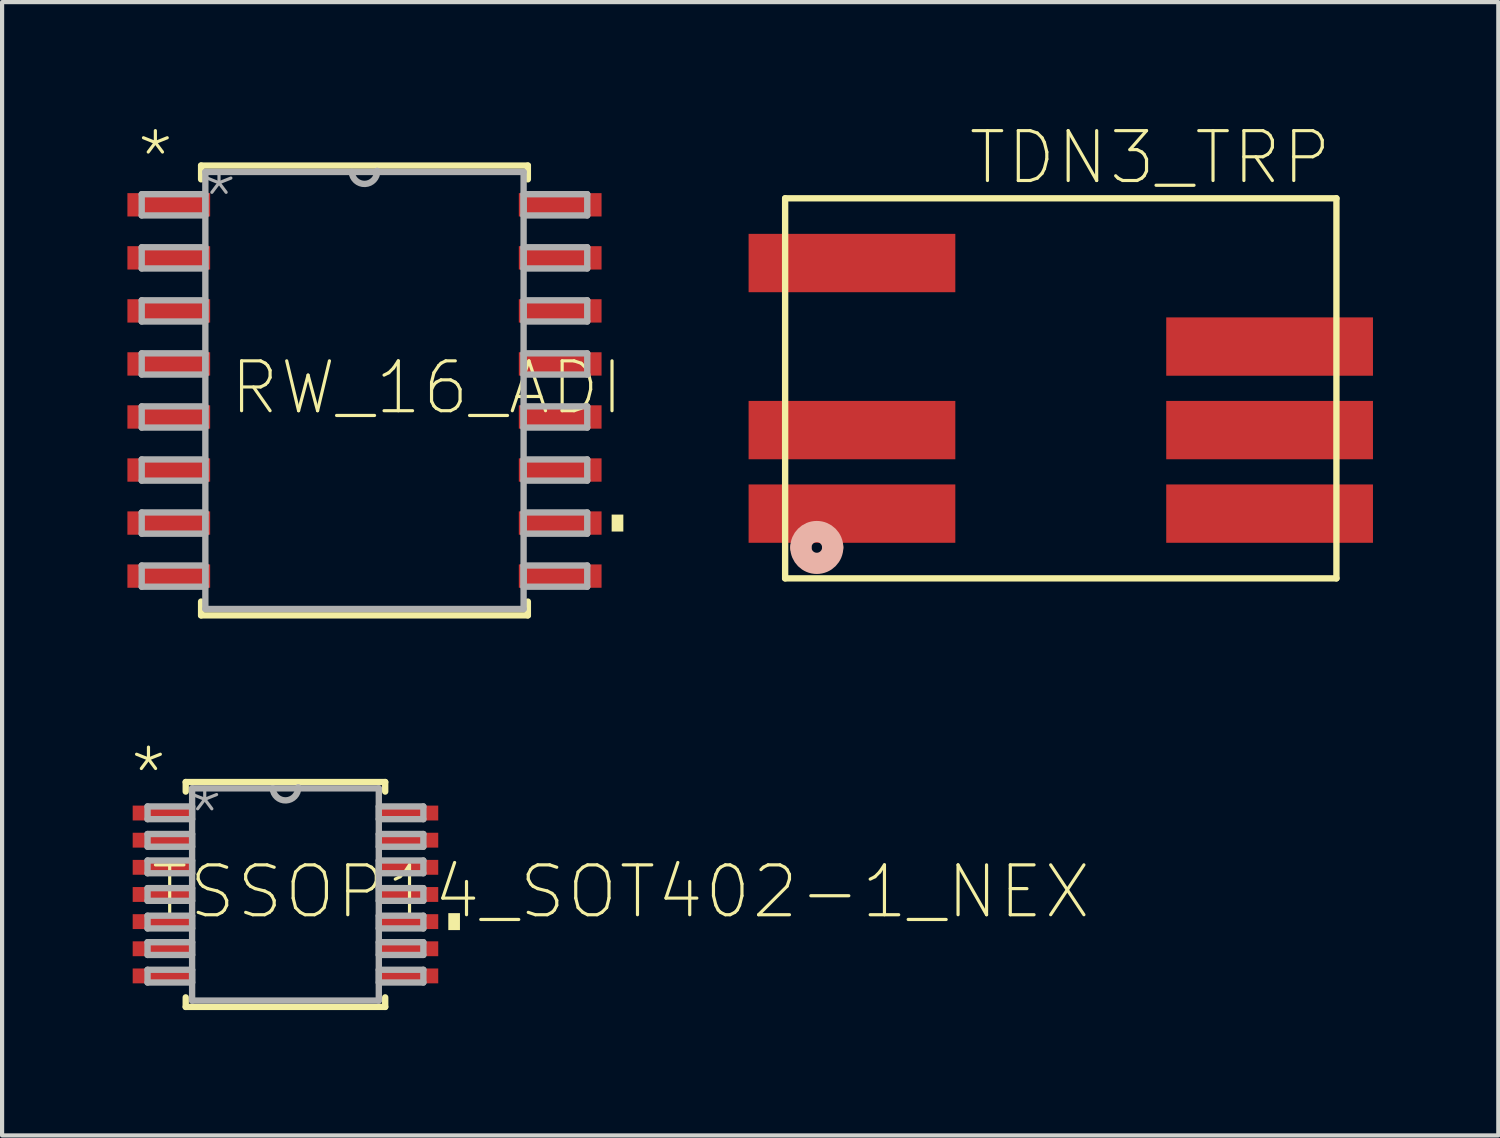
<source format=kicad_pcb>
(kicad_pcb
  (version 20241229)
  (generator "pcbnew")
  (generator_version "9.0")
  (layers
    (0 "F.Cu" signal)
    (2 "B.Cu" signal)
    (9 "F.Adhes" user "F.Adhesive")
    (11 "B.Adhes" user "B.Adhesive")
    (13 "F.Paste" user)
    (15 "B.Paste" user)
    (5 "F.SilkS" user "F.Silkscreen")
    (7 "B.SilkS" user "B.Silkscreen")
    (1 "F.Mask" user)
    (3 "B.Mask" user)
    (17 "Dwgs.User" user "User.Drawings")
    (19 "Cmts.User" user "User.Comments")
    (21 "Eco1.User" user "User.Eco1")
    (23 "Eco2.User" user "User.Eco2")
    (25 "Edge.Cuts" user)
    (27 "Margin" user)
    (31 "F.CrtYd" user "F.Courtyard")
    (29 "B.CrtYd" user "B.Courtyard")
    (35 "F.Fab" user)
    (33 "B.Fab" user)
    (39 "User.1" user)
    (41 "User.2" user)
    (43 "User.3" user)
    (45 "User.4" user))
  (footprint "RW_16_ADI"
    (layer "F.Cu")
    (at 5.677 6.299)
    (property "Reference" "RW_16_ADI" (at -3.277 0.635 0) (layer "F.SilkS") (effects (font (size 1.194 1.194) (thickness 0.076)) (justify left bottom)))
    (fp_line (start -3.912 -5.385) (end -3.912 -5.055) (stroke (width 0.152) (type solid)) (layer "F.SilkS"))
    (fp_line (start -3.912 5.055) (end -3.912 5.385) (stroke (width 0.152) (type solid)) (layer "F.SilkS"))
    (fp_line (start -3.912 5.385) (end 3.912 5.385) (stroke (width 0.152) (type solid)) (layer "F.SilkS"))
    (fp_line (start 3.912 -5.385) (end -3.912 -5.385) (stroke (width 0.152) (type solid)) (layer "F.SilkS"))
    (fp_line (start 3.912 -5.055) (end 3.912 -5.385) (stroke (width 0.152) (type solid)) (layer "F.SilkS"))
    (fp_line (start 3.912 5.385) (end 3.912 5.055) (stroke (width 0.152) (type solid)) (layer "F.SilkS"))
    (fp_poly (pts (xy 6.198 3.378) (xy 5.918 3.378) (xy 5.918 2.972) (xy 6.198 2.972)) (stroke (width 0) (type default)) (fill yes) (layer "F.SilkS"))
    (fp_line (start -5.334 -4.699) (end -5.334 -4.191) (stroke (width 0.152) (type solid)) (layer "F.Fab"))
    (fp_line (start -5.334 -4.191) (end -3.81 -4.191) (stroke (width 0.152) (type solid)) (layer "F.Fab"))
    (fp_line (start -5.334 -3.429) (end -5.334 -2.921) (stroke (width 0.152) (type solid)) (layer "F.Fab"))
    (fp_line (start -5.334 -2.921) (end -3.81 -2.921) (stroke (width 0.152) (type solid)) (layer "F.Fab"))
    (fp_line (start -5.334 -2.159) (end -5.334 -1.651) (stroke (width 0.152) (type solid)) (layer "F.Fab"))
    (fp_line (start -5.334 -1.651) (end -3.81 -1.651) (stroke (width 0.152) (type solid)) (layer "F.Fab"))
    (fp_line (start -5.334 -0.889) (end -5.334 -0.381) (stroke (width 0.152) (type solid)) (layer "F.Fab"))
    (fp_line (start -5.334 -0.381) (end -3.81 -0.381) (stroke (width 0.152) (type solid)) (layer "F.Fab"))
    (fp_line (start -5.334 0.381) (end -5.334 0.889) (stroke (width 0.152) (type solid)) (layer "F.Fab"))
    (fp_line (start -5.334 0.889) (end -3.81 0.889) (stroke (width 0.152) (type solid)) (layer "F.Fab"))
    (fp_line (start -5.334 1.651) (end -5.334 2.159) (stroke (width 0.152) (type solid)) (layer "F.Fab"))
    (fp_line (start -5.334 2.159) (end -3.81 2.159) (stroke (width 0.152) (type solid)) (layer "F.Fab"))
    (fp_line (start -5.334 2.921) (end -5.334 3.429) (stroke (width 0.152) (type solid)) (layer "F.Fab"))
    (fp_line (start -5.334 3.429) (end -3.81 3.429) (stroke (width 0.152) (type solid)) (layer "F.Fab"))
    (fp_line (start -5.334 4.191) (end -5.334 4.699) (stroke (width 0.152) (type solid)) (layer "F.Fab"))
    (fp_line (start -5.334 4.699) (end -3.81 4.699) (stroke (width 0.152) (type solid)) (layer "F.Fab"))
    (fp_line (start -3.81 -5.232) (end -3.81 5.232) (stroke (width 0.152) (type solid)) (layer "F.Fab"))
    (fp_line (start -3.81 -4.699) (end -5.334 -4.699) (stroke (width 0.152) (type solid)) (layer "F.Fab"))
    (fp_line (start -3.81 -4.191) (end -3.81 -4.699) (stroke (width 0.152) (type solid)) (layer "F.Fab"))
    (fp_line (start -3.81 -3.429) (end -5.334 -3.429) (stroke (width 0.152) (type solid)) (layer "F.Fab"))
    (fp_line (start -3.81 -2.921) (end -3.81 -3.429) (stroke (width 0.152) (type solid)) (layer "F.Fab"))
    (fp_line (start -3.81 -2.159) (end -5.334 -2.159) (stroke (width 0.152) (type solid)) (layer "F.Fab"))
    (fp_line (start -3.81 -1.651) (end -3.81 -2.159) (stroke (width 0.152) (type solid)) (layer "F.Fab"))
    (fp_line (start -3.81 -0.889) (end -5.334 -0.889) (stroke (width 0.152) (type solid)) (layer "F.Fab"))
    (fp_line (start -3.81 -0.381) (end -3.81 -0.889) (stroke (width 0.152) (type solid)) (layer "F.Fab"))
    (fp_line (start -3.81 0.381) (end -5.334 0.381) (stroke (width 0.152) (type solid)) (layer "F.Fab"))
    (fp_line (start -3.81 0.889) (end -3.81 0.381) (stroke (width 0.152) (type solid)) (layer "F.Fab"))
    (fp_line (start -3.81 1.651) (end -5.334 1.651) (stroke (width 0.152) (type solid)) (layer "F.Fab"))
    (fp_line (start -3.81 2.159) (end -3.81 1.651) (stroke (width 0.152) (type solid)) (layer "F.Fab"))
    (fp_line (start -3.81 2.921) (end -5.334 2.921) (stroke (width 0.152) (type solid)) (layer "F.Fab"))
    (fp_line (start -3.81 3.429) (end -3.81 2.921) (stroke (width 0.152) (type solid)) (layer "F.Fab"))
    (fp_line (start -3.81 4.191) (end -5.334 4.191) (stroke (width 0.152) (type solid)) (layer "F.Fab"))
    (fp_line (start -3.81 4.699) (end -3.81 4.191) (stroke (width 0.152) (type solid)) (layer "F.Fab"))
    (fp_line (start -3.81 5.232) (end 3.81 5.232) (stroke (width 0.152) (type solid)) (layer "F.Fab"))
    (fp_line (start -0.305 -5.232) (end -3.81 -5.232) (stroke (width 0.152) (type solid)) (layer "F.Fab"))
    (fp_line (start 3.81 -5.232) (end -0.305 -5.232) (stroke (width 0.152) (type solid)) (layer "F.Fab"))
    (fp_line (start 3.81 -4.699) (end 3.81 -4.191) (stroke (width 0.152) (type solid)) (layer "F.Fab"))
    (fp_line (start 3.81 -4.191) (end 5.334 -4.191) (stroke (width 0.152) (type solid)) (layer "F.Fab"))
    (fp_line (start 3.81 -3.429) (end 3.81 -2.921) (stroke (width 0.152) (type solid)) (layer "F.Fab"))
    (fp_line (start 3.81 -2.921) (end 5.334 -2.921) (stroke (width 0.152) (type solid)) (layer "F.Fab"))
    (fp_line (start 3.81 -2.159) (end 3.81 -1.651) (stroke (width 0.152) (type solid)) (layer "F.Fab"))
    (fp_line (start 3.81 -1.651) (end 5.334 -1.651) (stroke (width 0.152) (type solid)) (layer "F.Fab"))
    (fp_line (start 3.81 -0.889) (end 3.81 -0.381) (stroke (width 0.152) (type solid)) (layer "F.Fab"))
    (fp_line (start 3.81 -0.381) (end 5.334 -0.381) (stroke (width 0.152) (type solid)) (layer "F.Fab"))
    (fp_line (start 3.81 0.381) (end 3.81 0.889) (stroke (width 0.152) (type solid)) (layer "F.Fab"))
    (fp_line (start 3.81 0.889) (end 5.334 0.889) (stroke (width 0.152) (type solid)) (layer "F.Fab"))
    (fp_line (start 3.81 1.651) (end 3.81 2.159) (stroke (width 0.152) (type solid)) (layer "F.Fab"))
    (fp_line (start 3.81 2.159) (end 5.334 2.159) (stroke (width 0.152) (type solid)) (layer "F.Fab"))
    (fp_line (start 3.81 2.921) (end 3.81 3.429) (stroke (width 0.152) (type solid)) (layer "F.Fab"))
    (fp_line (start 3.81 3.429) (end 5.334 3.429) (stroke (width 0.152) (type solid)) (layer "F.Fab"))
    (fp_line (start 3.81 4.191) (end 3.81 4.699) (stroke (width 0.152) (type solid)) (layer "F.Fab"))
    (fp_line (start 3.81 4.699) (end 5.334 4.699) (stroke (width 0.152) (type solid)) (layer "F.Fab"))
    (fp_line (start 3.81 5.232) (end 3.81 -5.232) (stroke (width 0.152) (type solid)) (layer "F.Fab"))
    (fp_line (start 5.334 -4.699) (end 3.81 -4.699) (stroke (width 0.152) (type solid)) (layer "F.Fab"))
    (fp_line (start 5.334 -4.191) (end 5.334 -4.699) (stroke (width 0.152) (type solid)) (layer "F.Fab"))
    (fp_line (start 5.334 -3.429) (end 3.81 -3.429) (stroke (width 0.152) (type solid)) (layer "F.Fab"))
    (fp_line (start 5.334 -2.921) (end 5.334 -3.429) (stroke (width 0.152) (type solid)) (layer "F.Fab"))
    (fp_line (start 5.334 -2.159) (end 3.81 -2.159) (stroke (width 0.152) (type solid)) (layer "F.Fab"))
    (fp_line (start 5.334 -1.651) (end 5.334 -2.159) (stroke (width 0.152) (type solid)) (layer "F.Fab"))
    (fp_line (start 5.334 -0.889) (end 3.81 -0.889) (stroke (width 0.152) (type solid)) (layer "F.Fab"))
    (fp_line (start 5.334 -0.381) (end 5.334 -0.889) (stroke (width 0.152) (type solid)) (layer "F.Fab"))
    (fp_line (start 5.334 0.381) (end 3.81 0.381) (stroke (width 0.152) (type solid)) (layer "F.Fab"))
    (fp_line (start 5.334 0.889) (end 5.334 0.381) (stroke (width 0.152) (type solid)) (layer "F.Fab"))
    (fp_line (start 5.334 1.651) (end 3.81 1.651) (stroke (width 0.152) (type solid)) (layer "F.Fab"))
    (fp_line (start 5.334 2.159) (end 5.334 1.651) (stroke (width 0.152) (type solid)) (layer "F.Fab"))
    (fp_line (start 5.334 2.921) (end 3.81 2.921) (stroke (width 0.152) (type solid)) (layer "F.Fab"))
    (fp_line (start 5.334 3.429) (end 5.334 2.921) (stroke (width 0.152) (type solid)) (layer "F.Fab"))
    (fp_line (start 5.334 4.191) (end 3.81 4.191) (stroke (width 0.152) (type solid)) (layer "F.Fab"))
    (fp_line (start 5.334 4.699) (end 5.334 4.191) (stroke (width 0.152) (type solid)) (layer "F.Fab"))
    (fp_arc (start 0.3048 -5.2578) (mid 0.0127 -4.9403) (end -0.3048 -5.2324) (stroke (width 0.1524) (type solid)) (layer "F.Fab"))
    (fp_text user "*" (at -5.512 -4.877 0) (layer "F.SilkS") (effects (font (size 1.194 1.194) (thickness 0.076)) (justify left bottom)))
    (fp_text user "*" (at -3.988 -3.912 0) (layer "F.Fab") (effects (font (size 1.194 1.194) (thickness 0.076)) (justify left bottom)))
    (pad "1" smd rect (at -4.686 -4.445) (size 1.981 0.559) (layers "F.Cu" "F.Mask" "F.Paste"))
    (pad "2" smd rect (at -4.686 -3.175) (size 1.981 0.559) (layers "F.Cu" "F.Mask" "F.Paste"))
    (pad "3" smd rect (at -4.686 -1.905) (size 1.981 0.559) (layers "F.Cu" "F.Mask" "F.Paste"))
    (pad "4" smd rect (at -4.686 -0.635) (size 1.981 0.559) (layers "F.Cu" "F.Mask" "F.Paste"))
    (pad "5" smd rect (at -4.686 0.635) (size 1.981 0.559) (layers "F.Cu" "F.Mask" "F.Paste"))
    (pad "6" smd rect (at -4.686 1.905) (size 1.981 0.559) (layers "F.Cu" "F.Mask" "F.Paste"))
    (pad "7" smd rect (at -4.686 3.175) (size 1.981 0.559) (layers "F.Cu" "F.Mask" "F.Paste"))
    (pad "8" smd rect (at -4.686 4.445) (size 1.981 0.559) (layers "F.Cu" "F.Mask" "F.Paste"))
    (pad "9" smd rect (at 4.686 4.445) (size 1.981 0.559) (layers "F.Cu" "F.Mask" "F.Paste"))
    (pad "10" smd rect (at 4.686 3.175) (size 1.981 0.559) (layers "F.Cu" "F.Mask" "F.Paste"))
    (pad "11" smd rect (at 4.686 1.905) (size 1.981 0.559) (layers "F.Cu" "F.Mask" "F.Paste"))
    (pad "12" smd rect (at 4.686 0.635) (size 1.981 0.559) (layers "F.Cu" "F.Mask" "F.Paste"))
    (pad "13" smd rect (at 4.686 -0.635) (size 1.981 0.559) (layers "F.Cu" "F.Mask" "F.Paste"))
    (pad "14" smd rect (at 4.686 -1.905) (size 1.981 0.559) (layers "F.Cu" "F.Mask" "F.Paste"))
    (pad "15" smd rect (at 4.686 -3.175) (size 1.981 0.559) (layers "F.Cu" "F.Mask" "F.Paste"))
    (pad "16" smd rect (at 4.686 -4.445) (size 1.981 0.559) (layers "F.Cu" "F.Mask" "F.Paste")))
  (footprint "TDN3_TRP"
    (layer "F.Cu")
    (at 22.349 6.248)
    (property "Reference" "TDN3_TRP" (at -2.261 -4.826 0) (layer "F.SilkS") (effects (font (size 1.194 1.194) (thickness 0.076)) (justify left bottom)))
    (fp_line (start -6.6 -4.55) (end -6.6 4.55) (stroke (width 0.152) (type solid)) (layer "F.SilkS"))
    (fp_line (start -6.6 4.55) (end 6.6 4.55) (stroke (width 0.152) (type solid)) (layer "F.SilkS"))
    (fp_line (start 6.6 -4.55) (end -6.6 -4.55) (stroke (width 0.152) (type solid)) (layer "F.SilkS"))
    (fp_line (start 6.6 4.55) (end 6.6 -4.55) (stroke (width 0.152) (type solid)) (layer "F.SilkS"))
    (fp_arc (start -6.223 3.81) (mid -5.842 3.429) (end -5.461 3.81) (stroke (width 0.508) (type solid)) (layer "B.SilkS"))
    (fp_arc (start -5.461 3.81) (mid -5.842 4.191) (end -6.223 3.81) (stroke (width 0.508) (type solid)) (layer "B.SilkS"))
    (pad "1" smd rect (at -5 3 90) (size 1.397 4.95) (layers "F.Cu" "F.Mask" "F.Paste"))
    (pad "2" smd rect (at -5 1 90) (size 1.397 4.95) (layers "F.Cu" "F.Mask" "F.Paste"))
    (pad "4" smd rect (at -5 -3 90) (size 1.397 4.95) (layers "F.Cu" "F.Mask" "F.Paste"))
    (pad "5" smd rect (at 5 3 90) (size 1.397 4.95) (layers "F.Cu" "F.Mask" "F.Paste"))
    (pad "6" smd rect (at 5 1 90) (size 1.397 4.95) (layers "F.Cu" "F.Mask" "F.Paste"))
    (pad "7" smd rect (at 5 -1 90) (size 1.397 4.95) (layers "F.Cu" "F.Mask" "F.Paste")))
  (footprint "TSSOP14_SOT402-1_NEX"
    (layer "F.Cu")
    (at 3.785 18.367)
    (property "Reference" "TSSOP14_SOT402-1_NEX" (at -3.277 0.635 0) (layer "F.SilkS") (effects (font (size 1.194 1.194) (thickness 0.076)) (justify left bottom)))
    (fp_line (start -2.388 -2.692) (end -2.388 -2.464) (stroke (width 0.152) (type solid)) (layer "F.SilkS"))
    (fp_line (start -2.388 2.464) (end -2.388 2.692) (stroke (width 0.152) (type solid)) (layer "F.SilkS"))
    (fp_line (start -2.388 2.692) (end 2.388 2.692) (stroke (width 0.152) (type solid)) (layer "F.SilkS"))
    (fp_line (start 2.388 -2.692) (end -2.388 -2.692) (stroke (width 0.152) (type solid)) (layer "F.SilkS"))
    (fp_line (start 2.388 -2.464) (end 2.388 -2.692) (stroke (width 0.152) (type solid)) (layer "F.SilkS"))
    (fp_line (start 2.388 2.692) (end 2.388 2.464) (stroke (width 0.152) (type solid)) (layer "F.SilkS"))
    (fp_poly (pts (xy 4.178 0.853) (xy 3.899 0.853) (xy 3.899 0.447) (xy 4.178 0.447)) (stroke (width 0) (type default)) (fill yes) (layer "F.SilkS"))
    (fp_line (start -3.302 -2.108) (end -3.302 -1.803) (stroke (width 0.152) (type solid)) (layer "F.Fab"))
    (fp_line (start -3.302 -1.803) (end -2.235 -1.803) (stroke (width 0.152) (type solid)) (layer "F.Fab"))
    (fp_line (start -3.302 -1.448) (end -3.302 -1.143) (stroke (width 0.152) (type solid)) (layer "F.Fab"))
    (fp_line (start -3.302 -1.143) (end -2.235 -1.143) (stroke (width 0.152) (type solid)) (layer "F.Fab"))
    (fp_line (start -3.302 -0.813) (end -3.302 -0.508) (stroke (width 0.152) (type solid)) (layer "F.Fab"))
    (fp_line (start -3.302 -0.508) (end -2.235 -0.508) (stroke (width 0.152) (type solid)) (layer "F.Fab"))
    (fp_line (start -3.302 -0.152) (end -3.302 0.152) (stroke (width 0.152) (type solid)) (layer "F.Fab"))
    (fp_line (start -3.302 0.152) (end -2.235 0.152) (stroke (width 0.152) (type solid)) (layer "F.Fab"))
    (fp_line (start -3.302 0.508) (end -3.302 0.813) (stroke (width 0.152) (type solid)) (layer "F.Fab"))
    (fp_line (start -3.302 0.813) (end -2.235 0.813) (stroke (width 0.152) (type solid)) (layer "F.Fab"))
    (fp_line (start -3.302 1.143) (end -3.302 1.448) (stroke (width 0.152) (type solid)) (layer "F.Fab"))
    (fp_line (start -3.302 1.448) (end -2.235 1.448) (stroke (width 0.152) (type solid)) (layer "F.Fab"))
    (fp_line (start -3.302 1.803) (end -3.302 2.108) (stroke (width 0.152) (type solid)) (layer "F.Fab"))
    (fp_line (start -3.302 2.108) (end -2.235 2.108) (stroke (width 0.152) (type solid)) (layer "F.Fab"))
    (fp_line (start -2.235 -2.54) (end -2.235 2.54) (stroke (width 0.152) (type solid)) (layer "F.Fab"))
    (fp_line (start -2.235 -2.108) (end -3.302 -2.108) (stroke (width 0.152) (type solid)) (layer "F.Fab"))
    (fp_line (start -2.235 -1.803) (end -2.235 -2.108) (stroke (width 0.152) (type solid)) (layer "F.Fab"))
    (fp_line (start -2.235 -1.448) (end -3.302 -1.448) (stroke (width 0.152) (type solid)) (layer "F.Fab"))
    (fp_line (start -2.235 -1.143) (end -2.235 -1.448) (stroke (width 0.152) (type solid)) (layer "F.Fab"))
    (fp_line (start -2.235 -0.813) (end -3.302 -0.813) (stroke (width 0.152) (type solid)) (layer "F.Fab"))
    (fp_line (start -2.235 -0.508) (end -2.235 -0.813) (stroke (width 0.152) (type solid)) (layer "F.Fab"))
    (fp_line (start -2.235 -0.152) (end -3.302 -0.152) (stroke (width 0.152) (type solid)) (layer "F.Fab"))
    (fp_line (start -2.235 0.152) (end -2.235 -0.152) (stroke (width 0.152) (type solid)) (layer "F.Fab"))
    (fp_line (start -2.235 0.508) (end -3.302 0.508) (stroke (width 0.152) (type solid)) (layer "F.Fab"))
    (fp_line (start -2.235 0.813) (end -2.235 0.508) (stroke (width 0.152) (type solid)) (layer "F.Fab"))
    (fp_line (start -2.235 1.143) (end -3.302 1.143) (stroke (width 0.152) (type solid)) (layer "F.Fab"))
    (fp_line (start -2.235 1.448) (end -2.235 1.143) (stroke (width 0.152) (type solid)) (layer "F.Fab"))
    (fp_line (start -2.235 1.803) (end -3.302 1.803) (stroke (width 0.152) (type solid)) (layer "F.Fab"))
    (fp_line (start -2.235 2.108) (end -2.235 1.803) (stroke (width 0.152) (type solid)) (layer "F.Fab"))
    (fp_line (start -2.235 2.54) (end 2.235 2.54) (stroke (width 0.152) (type solid)) (layer "F.Fab"))
    (fp_line (start -0.305 -2.54) (end -2.235 -2.54) (stroke (width 0.152) (type solid)) (layer "F.Fab"))
    (fp_line (start 2.235 -2.54) (end -0.305 -2.54) (stroke (width 0.152) (type solid)) (layer "F.Fab"))
    (fp_line (start 2.235 -2.108) (end 2.235 -1.803) (stroke (width 0.152) (type solid)) (layer "F.Fab"))
    (fp_line (start 2.235 -1.803) (end 3.302 -1.803) (stroke (width 0.152) (type solid)) (layer "F.Fab"))
    (fp_line (start 2.235 -1.448) (end 2.235 -1.143) (stroke (width 0.152) (type solid)) (layer "F.Fab"))
    (fp_line (start 2.235 -1.143) (end 3.302 -1.143) (stroke (width 0.152) (type solid)) (layer "F.Fab"))
    (fp_line (start 2.235 -0.813) (end 2.235 -0.508) (stroke (width 0.152) (type solid)) (layer "F.Fab"))
    (fp_line (start 2.235 -0.508) (end 3.302 -0.508) (stroke (width 0.152) (type solid)) (layer "F.Fab"))
    (fp_line (start 2.235 -0.152) (end 2.235 0.152) (stroke (width 0.152) (type solid)) (layer "F.Fab"))
    (fp_line (start 2.235 0.152) (end 3.302 0.152) (stroke (width 0.152) (type solid)) (layer "F.Fab"))
    (fp_line (start 2.235 0.508) (end 2.235 0.813) (stroke (width 0.152) (type solid)) (layer "F.Fab"))
    (fp_line (start 2.235 0.813) (end 3.302 0.813) (stroke (width 0.152) (type solid)) (layer "F.Fab"))
    (fp_line (start 2.235 1.143) (end 2.235 1.448) (stroke (width 0.152) (type solid)) (layer "F.Fab"))
    (fp_line (start 2.235 1.448) (end 3.302 1.448) (stroke (width 0.152) (type solid)) (layer "F.Fab"))
    (fp_line (start 2.235 1.803) (end 2.235 2.108) (stroke (width 0.152) (type solid)) (layer "F.Fab"))
    (fp_line (start 2.235 2.108) (end 3.302 2.108) (stroke (width 0.152) (type solid)) (layer "F.Fab"))
    (fp_line (start 2.235 2.54) (end 2.235 -2.54) (stroke (width 0.152) (type solid)) (layer "F.Fab"))
    (fp_line (start 3.302 -2.108) (end 2.235 -2.108) (stroke (width 0.152) (type solid)) (layer "F.Fab"))
    (fp_line (start 3.302 -1.803) (end 3.302 -2.108) (stroke (width 0.152) (type solid)) (layer "F.Fab"))
    (fp_line (start 3.302 -1.448) (end 2.235 -1.448) (stroke (width 0.152) (type solid)) (layer "F.Fab"))
    (fp_line (start 3.302 -1.143) (end 3.302 -1.448) (stroke (width 0.152) (type solid)) (layer "F.Fab"))
    (fp_line (start 3.302 -0.813) (end 2.235 -0.813) (stroke (width 0.152) (type solid)) (layer "F.Fab"))
    (fp_line (start 3.302 -0.508) (end 3.302 -0.813) (stroke (width 0.152) (type solid)) (layer "F.Fab"))
    (fp_line (start 3.302 -0.152) (end 2.235 -0.152) (stroke (width 0.152) (type solid)) (layer "F.Fab"))
    (fp_line (start 3.302 0.152) (end 3.302 -0.152) (stroke (width 0.152) (type solid)) (layer "F.Fab"))
    (fp_line (start 3.302 0.508) (end 2.235 0.508) (stroke (width 0.152) (type solid)) (layer "F.Fab"))
    (fp_line (start 3.302 0.813) (end 3.302 0.508) (stroke (width 0.152) (type solid)) (layer "F.Fab"))
    (fp_line (start 3.302 1.143) (end 2.235 1.143) (stroke (width 0.152) (type solid)) (layer "F.Fab"))
    (fp_line (start 3.302 1.448) (end 3.302 1.143) (stroke (width 0.152) (type solid)) (layer "F.Fab"))
    (fp_line (start 3.302 1.803) (end 2.235 1.803) (stroke (width 0.152) (type solid)) (layer "F.Fab"))
    (fp_line (start 3.302 2.108) (end 3.302 1.803) (stroke (width 0.152) (type solid)) (layer "F.Fab"))
    (fp_arc (start 0.3048 -2.5654) (mid 0.0127 -2.2479) (end -0.3048 -2.54) (stroke (width 0.1524) (type solid)) (layer "F.Fab"))
    (fp_text user "*" (at -3.785 -2.184 0) (layer "F.SilkS") (effects (font (size 1.194 1.194) (thickness 0.076)) (justify left bottom)))
    (fp_text user "*" (at -2.438 -1.219 0) (layer "F.Fab") (effects (font (size 1.194 1.194) (thickness 0.076)) (justify left bottom)))
    (pad "1" smd rect (at -2.953 -1.95) (size 1.41 0.356) (layers "F.Cu" "F.Mask" "F.Paste"))
    (pad "2" smd rect (at -2.953 -1.3) (size 1.41 0.356) (layers "F.Cu" "F.Mask" "F.Paste"))
    (pad "3" smd rect (at -2.953 -0.65) (size 1.41 0.356) (layers "F.Cu" "F.Mask" "F.Paste"))
    (pad "4" smd rect (at -2.953 0) (size 1.41 0.356) (layers "F.Cu" "F.Mask" "F.Paste"))
    (pad "5" smd rect (at -2.953 0.65) (size 1.41 0.356) (layers "F.Cu" "F.Mask" "F.Paste"))
    (pad "6" smd rect (at -2.953 1.3) (size 1.41 0.356) (layers "F.Cu" "F.Mask" "F.Paste"))
    (pad "7" smd rect (at -2.953 1.95) (size 1.41 0.356) (layers "F.Cu" "F.Mask" "F.Paste"))
    (pad "8" smd rect (at 2.953 1.95) (size 1.41 0.356) (layers "F.Cu" "F.Mask" "F.Paste"))
    (pad "9" smd rect (at 2.953 1.3) (size 1.41 0.356) (layers "F.Cu" "F.Mask" "F.Paste"))
    (pad "10" smd rect (at 2.953 0.65) (size 1.41 0.356) (layers "F.Cu" "F.Mask" "F.Paste"))
    (pad "11" smd rect (at 2.953 0) (size 1.41 0.356) (layers "F.Cu" "F.Mask" "F.Paste"))
    (pad "12" smd rect (at 2.953 -0.65) (size 1.41 0.356) (layers "F.Cu" "F.Mask" "F.Paste"))
    (pad "13" smd rect (at 2.953 -1.3) (size 1.41 0.356) (layers "F.Cu" "F.Mask" "F.Paste"))
    (pad "14" smd rect (at 2.953 -1.95) (size 1.41 0.356) (layers "F.Cu" "F.Mask" "F.Paste")))
  (gr_rect
    (start -3 -3)
    (end 32.825 24.136)
    (stroke (width 0.1) (type default))
    (fill no)
    (layer "Edge.Cuts")))
</source>
